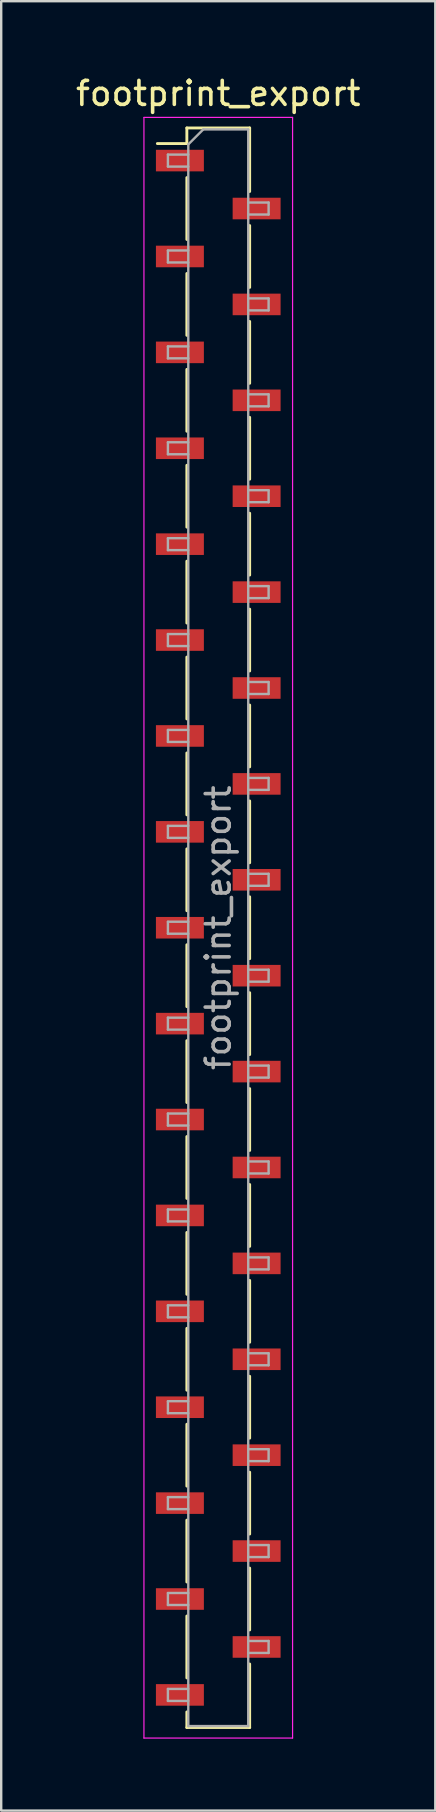
<source format=kicad_pcb>
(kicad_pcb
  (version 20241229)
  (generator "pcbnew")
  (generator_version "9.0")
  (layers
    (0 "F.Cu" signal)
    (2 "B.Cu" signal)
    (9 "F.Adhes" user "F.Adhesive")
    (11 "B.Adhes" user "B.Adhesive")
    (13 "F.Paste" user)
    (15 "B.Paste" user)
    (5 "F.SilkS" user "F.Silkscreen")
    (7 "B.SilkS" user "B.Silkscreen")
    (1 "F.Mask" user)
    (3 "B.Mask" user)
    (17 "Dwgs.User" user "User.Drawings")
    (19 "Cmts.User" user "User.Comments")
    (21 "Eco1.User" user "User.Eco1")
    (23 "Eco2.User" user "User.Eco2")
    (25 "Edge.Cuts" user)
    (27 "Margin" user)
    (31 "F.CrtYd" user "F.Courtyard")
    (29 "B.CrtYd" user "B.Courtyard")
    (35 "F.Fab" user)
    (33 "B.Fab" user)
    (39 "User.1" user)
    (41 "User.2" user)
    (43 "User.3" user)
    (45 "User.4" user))
  (footprint "footprint_export"
    (layer "F.Cu")
    (at 6.054 35.648)
    (property "Reference" "footprint_export" (at 0 -34.8 0) (layer "F.SilkS") (effects (font (size 1 1) (thickness 0.15))))
    (attr smd)
    (fp_line (start -2.54 -32.71) (end -1.31 -32.71) (stroke (width 0.12) (type solid)) (layer "F.SilkS"))
    (fp_line (start -1.31 -33.36) (end -1.31 -32.71) (stroke (width 0.12) (type solid)) (layer "F.SilkS"))
    (fp_line (start -1.31 -33.36) (end 1.31 -33.36) (stroke (width 0.12) (type solid)) (layer "F.SilkS"))
    (fp_line (start -1.31 -31.29) (end -1.31 -28.71) (stroke (width 0.12) (type solid)) (layer "F.SilkS"))
    (fp_line (start -1.31 -27.29) (end -1.31 -24.71) (stroke (width 0.12) (type solid)) (layer "F.SilkS"))
    (fp_line (start -1.31 -23.29) (end -1.31 -20.71) (stroke (width 0.12) (type solid)) (layer "F.SilkS"))
    (fp_line (start -1.31 -19.29) (end -1.31 -16.71) (stroke (width 0.12) (type solid)) (layer "F.SilkS"))
    (fp_line (start -1.31 -15.29) (end -1.31 -12.71) (stroke (width 0.12) (type solid)) (layer "F.SilkS"))
    (fp_line (start -1.31 -11.29) (end -1.31 -8.71) (stroke (width 0.12) (type solid)) (layer "F.SilkS"))
    (fp_line (start -1.31 -7.29) (end -1.31 -4.71) (stroke (width 0.12) (type solid)) (layer "F.SilkS"))
    (fp_line (start -1.31 -3.29) (end -1.31 -0.71) (stroke (width 0.12) (type solid)) (layer "F.SilkS"))
    (fp_line (start -1.31 0.71) (end -1.31 3.29) (stroke (width 0.12) (type solid)) (layer "F.SilkS"))
    (fp_line (start -1.31 4.71) (end -1.31 7.29) (stroke (width 0.12) (type solid)) (layer "F.SilkS"))
    (fp_line (start -1.31 8.71) (end -1.31 11.29) (stroke (width 0.12) (type solid)) (layer "F.SilkS"))
    (fp_line (start -1.31 12.71) (end -1.31 15.29) (stroke (width 0.12) (type solid)) (layer "F.SilkS"))
    (fp_line (start -1.31 16.71) (end -1.31 19.29) (stroke (width 0.12) (type solid)) (layer "F.SilkS"))
    (fp_line (start -1.31 20.71) (end -1.31 23.29) (stroke (width 0.12) (type solid)) (layer "F.SilkS"))
    (fp_line (start -1.31 24.71) (end -1.31 27.29) (stroke (width 0.12) (type solid)) (layer "F.SilkS"))
    (fp_line (start -1.31 28.71) (end -1.31 31.29) (stroke (width 0.12) (type solid)) (layer "F.SilkS"))
    (fp_line (start -1.31 32.71) (end -1.31 33.36) (stroke (width 0.12) (type solid)) (layer "F.SilkS"))
    (fp_line (start -1.31 33.36) (end 1.31 33.36) (stroke (width 0.12) (type solid)) (layer "F.SilkS"))
    (fp_line (start 1.31 -33.36) (end 1.31 -30.71) (stroke (width 0.12) (type solid)) (layer "F.SilkS"))
    (fp_line (start 1.31 -29.29) (end 1.31 -26.71) (stroke (width 0.12) (type solid)) (layer "F.SilkS"))
    (fp_line (start 1.31 -25.29) (end 1.31 -22.71) (stroke (width 0.12) (type solid)) (layer "F.SilkS"))
    (fp_line (start 1.31 -21.29) (end 1.31 -18.71) (stroke (width 0.12) (type solid)) (layer "F.SilkS"))
    (fp_line (start 1.31 -17.29) (end 1.31 -14.71) (stroke (width 0.12) (type solid)) (layer "F.SilkS"))
    (fp_line (start 1.31 -13.29) (end 1.31 -10.71) (stroke (width 0.12) (type solid)) (layer "F.SilkS"))
    (fp_line (start 1.31 -9.29) (end 1.31 -6.71) (stroke (width 0.12) (type solid)) (layer "F.SilkS"))
    (fp_line (start 1.31 -5.29) (end 1.31 -2.71) (stroke (width 0.12) (type solid)) (layer "F.SilkS"))
    (fp_line (start 1.31 -1.29) (end 1.31 1.29) (stroke (width 0.12) (type solid)) (layer "F.SilkS"))
    (fp_line (start 1.31 2.71) (end 1.31 5.29) (stroke (width 0.12) (type solid)) (layer "F.SilkS"))
    (fp_line (start 1.31 6.71) (end 1.31 9.29) (stroke (width 0.12) (type solid)) (layer "F.SilkS"))
    (fp_line (start 1.31 10.71) (end 1.31 13.29) (stroke (width 0.12) (type solid)) (layer "F.SilkS"))
    (fp_line (start 1.31 14.71) (end 1.31 17.29) (stroke (width 0.12) (type solid)) (layer "F.SilkS"))
    (fp_line (start 1.31 18.71) (end 1.31 21.29) (stroke (width 0.12) (type solid)) (layer "F.SilkS"))
    (fp_line (start 1.31 22.71) (end 1.31 25.29) (stroke (width 0.12) (type solid)) (layer "F.SilkS"))
    (fp_line (start 1.31 26.71) (end 1.31 29.29) (stroke (width 0.12) (type solid)) (layer "F.SilkS"))
    (fp_line (start 1.31 30.71) (end 1.31 33.36) (stroke (width 0.12) (type solid)) (layer "F.SilkS"))
    (fp_line (start -3.1 -33.8) (end 3.1 -33.8) (stroke (width 0.05) (type solid)) (layer "F.CrtYd"))
    (fp_line (start -3.1 33.8) (end -3.1 -33.8) (stroke (width 0.05) (type solid)) (layer "F.CrtYd"))
    (fp_line (start 3.1 -33.8) (end 3.1 33.8) (stroke (width 0.05) (type solid)) (layer "F.CrtYd"))
    (fp_line (start 3.1 33.8) (end -3.1 33.8) (stroke (width 0.05) (type solid)) (layer "F.CrtYd"))
    (fp_line (start -2.1 -32.25) (end -1.25 -32.25) (stroke (width 0.1) (type solid)) (layer "F.Fab"))
    (fp_line (start -2.1 -31.75) (end -2.1 -32.25) (stroke (width 0.1) (type solid)) (layer "F.Fab"))
    (fp_line (start -2.1 -28.25) (end -1.25 -28.25) (stroke (width 0.1) (type solid)) (layer "F.Fab"))
    (fp_line (start -2.1 -27.75) (end -2.1 -28.25) (stroke (width 0.1) (type solid)) (layer "F.Fab"))
    (fp_line (start -2.1 -24.25) (end -1.25 -24.25) (stroke (width 0.1) (type solid)) (layer "F.Fab"))
    (fp_line (start -2.1 -23.75) (end -2.1 -24.25) (stroke (width 0.1) (type solid)) (layer "F.Fab"))
    (fp_line (start -2.1 -20.25) (end -1.25 -20.25) (stroke (width 0.1) (type solid)) (layer "F.Fab"))
    (fp_line (start -2.1 -19.75) (end -2.1 -20.25) (stroke (width 0.1) (type solid)) (layer "F.Fab"))
    (fp_line (start -2.1 -16.25) (end -1.25 -16.25) (stroke (width 0.1) (type solid)) (layer "F.Fab"))
    (fp_line (start -2.1 -15.75) (end -2.1 -16.25) (stroke (width 0.1) (type solid)) (layer "F.Fab"))
    (fp_line (start -2.1 -12.25) (end -1.25 -12.25) (stroke (width 0.1) (type solid)) (layer "F.Fab"))
    (fp_line (start -2.1 -11.75) (end -2.1 -12.25) (stroke (width 0.1) (type solid)) (layer "F.Fab"))
    (fp_line (start -2.1 -8.25) (end -1.25 -8.25) (stroke (width 0.1) (type solid)) (layer "F.Fab"))
    (fp_line (start -2.1 -7.75) (end -2.1 -8.25) (stroke (width 0.1) (type solid)) (layer "F.Fab"))
    (fp_line (start -2.1 -4.25) (end -1.25 -4.25) (stroke (width 0.1) (type solid)) (layer "F.Fab"))
    (fp_line (start -2.1 -3.75) (end -2.1 -4.25) (stroke (width 0.1) (type solid)) (layer "F.Fab"))
    (fp_line (start -2.1 -0.25) (end -1.25 -0.25) (stroke (width 0.1) (type solid)) (layer "F.Fab"))
    (fp_line (start -2.1 0.25) (end -2.1 -0.25) (stroke (width 0.1) (type solid)) (layer "F.Fab"))
    (fp_line (start -2.1 3.75) (end -1.25 3.75) (stroke (width 0.1) (type solid)) (layer "F.Fab"))
    (fp_line (start -2.1 4.25) (end -2.1 3.75) (stroke (width 0.1) (type solid)) (layer "F.Fab"))
    (fp_line (start -2.1 7.75) (end -1.25 7.75) (stroke (width 0.1) (type solid)) (layer "F.Fab"))
    (fp_line (start -2.1 8.25) (end -2.1 7.75) (stroke (width 0.1) (type solid)) (layer "F.Fab"))
    (fp_line (start -2.1 11.75) (end -1.25 11.75) (stroke (width 0.1) (type solid)) (layer "F.Fab"))
    (fp_line (start -2.1 12.25) (end -2.1 11.75) (stroke (width 0.1) (type solid)) (layer "F.Fab"))
    (fp_line (start -2.1 15.75) (end -1.25 15.75) (stroke (width 0.1) (type solid)) (layer "F.Fab"))
    (fp_line (start -2.1 16.25) (end -2.1 15.75) (stroke (width 0.1) (type solid)) (layer "F.Fab"))
    (fp_line (start -2.1 19.75) (end -1.25 19.75) (stroke (width 0.1) (type solid)) (layer "F.Fab"))
    (fp_line (start -2.1 20.25) (end -2.1 19.75) (stroke (width 0.1) (type solid)) (layer "F.Fab"))
    (fp_line (start -2.1 23.75) (end -1.25 23.75) (stroke (width 0.1) (type solid)) (layer "F.Fab"))
    (fp_line (start -2.1 24.25) (end -2.1 23.75) (stroke (width 0.1) (type solid)) (layer "F.Fab"))
    (fp_line (start -2.1 27.75) (end -1.25 27.75) (stroke (width 0.1) (type solid)) (layer "F.Fab"))
    (fp_line (start -2.1 28.25) (end -2.1 27.75) (stroke (width 0.1) (type solid)) (layer "F.Fab"))
    (fp_line (start -2.1 31.75) (end -1.25 31.75) (stroke (width 0.1) (type solid)) (layer "F.Fab"))
    (fp_line (start -2.1 32.25) (end -2.1 31.75) (stroke (width 0.1) (type solid)) (layer "F.Fab"))
    (fp_line (start -1.25 -32.675) (end -0.625 -33.3) (stroke (width 0.1) (type solid)) (layer "F.Fab"))
    (fp_line (start -1.25 -31.75) (end -2.1 -31.75) (stroke (width 0.1) (type solid)) (layer "F.Fab"))
    (fp_line (start -1.25 -27.75) (end -2.1 -27.75) (stroke (width 0.1) (type solid)) (layer "F.Fab"))
    (fp_line (start -1.25 -23.75) (end -2.1 -23.75) (stroke (width 0.1) (type solid)) (layer "F.Fab"))
    (fp_line (start -1.25 -19.75) (end -2.1 -19.75) (stroke (width 0.1) (type solid)) (layer "F.Fab"))
    (fp_line (start -1.25 -15.75) (end -2.1 -15.75) (stroke (width 0.1) (type solid)) (layer "F.Fab"))
    (fp_line (start -1.25 -11.75) (end -2.1 -11.75) (stroke (width 0.1) (type solid)) (layer "F.Fab"))
    (fp_line (start -1.25 -7.75) (end -2.1 -7.75) (stroke (width 0.1) (type solid)) (layer "F.Fab"))
    (fp_line (start -1.25 -3.75) (end -2.1 -3.75) (stroke (width 0.1) (type solid)) (layer "F.Fab"))
    (fp_line (start -1.25 0.25) (end -2.1 0.25) (stroke (width 0.1) (type solid)) (layer "F.Fab"))
    (fp_line (start -1.25 4.25) (end -2.1 4.25) (stroke (width 0.1) (type solid)) (layer "F.Fab"))
    (fp_line (start -1.25 8.25) (end -2.1 8.25) (stroke (width 0.1) (type solid)) (layer "F.Fab"))
    (fp_line (start -1.25 12.25) (end -2.1 12.25) (stroke (width 0.1) (type solid)) (layer "F.Fab"))
    (fp_line (start -1.25 16.25) (end -2.1 16.25) (stroke (width 0.1) (type solid)) (layer "F.Fab"))
    (fp_line (start -1.25 20.25) (end -2.1 20.25) (stroke (width 0.1) (type solid)) (layer "F.Fab"))
    (fp_line (start -1.25 24.25) (end -2.1 24.25) (stroke (width 0.1) (type solid)) (layer "F.Fab"))
    (fp_line (start -1.25 28.25) (end -2.1 28.25) (stroke (width 0.1) (type solid)) (layer "F.Fab"))
    (fp_line (start -1.25 32.25) (end -2.1 32.25) (stroke (width 0.1) (type solid)) (layer "F.Fab"))
    (fp_line (start -1.25 33.3) (end -1.25 -32.675) (stroke (width 0.1) (type solid)) (layer "F.Fab"))
    (fp_line (start -0.625 -33.3) (end 1.25 -33.3) (stroke (width 0.1) (type solid)) (layer "F.Fab"))
    (fp_line (start 1.25 -33.3) (end 1.25 33.3) (stroke (width 0.1) (type solid)) (layer "F.Fab"))
    (fp_line (start 1.25 -30.25) (end 2.1 -30.25) (stroke (width 0.1) (type solid)) (layer "F.Fab"))
    (fp_line (start 1.25 -26.25) (end 2.1 -26.25) (stroke (width 0.1) (type solid)) (layer "F.Fab"))
    (fp_line (start 1.25 -22.25) (end 2.1 -22.25) (stroke (width 0.1) (type solid)) (layer "F.Fab"))
    (fp_line (start 1.25 -18.25) (end 2.1 -18.25) (stroke (width 0.1) (type solid)) (layer "F.Fab"))
    (fp_line (start 1.25 -14.25) (end 2.1 -14.25) (stroke (width 0.1) (type solid)) (layer "F.Fab"))
    (fp_line (start 1.25 -10.25) (end 2.1 -10.25) (stroke (width 0.1) (type solid)) (layer "F.Fab"))
    (fp_line (start 1.25 -6.25) (end 2.1 -6.25) (stroke (width 0.1) (type solid)) (layer "F.Fab"))
    (fp_line (start 1.25 -2.25) (end 2.1 -2.25) (stroke (width 0.1) (type solid)) (layer "F.Fab"))
    (fp_line (start 1.25 1.75) (end 2.1 1.75) (stroke (width 0.1) (type solid)) (layer "F.Fab"))
    (fp_line (start 1.25 5.75) (end 2.1 5.75) (stroke (width 0.1) (type solid)) (layer "F.Fab"))
    (fp_line (start 1.25 9.75) (end 2.1 9.75) (stroke (width 0.1) (type solid)) (layer "F.Fab"))
    (fp_line (start 1.25 13.75) (end 2.1 13.75) (stroke (width 0.1) (type solid)) (layer "F.Fab"))
    (fp_line (start 1.25 17.75) (end 2.1 17.75) (stroke (width 0.1) (type solid)) (layer "F.Fab"))
    (fp_line (start 1.25 21.75) (end 2.1 21.75) (stroke (width 0.1) (type solid)) (layer "F.Fab"))
    (fp_line (start 1.25 25.75) (end 2.1 25.75) (stroke (width 0.1) (type solid)) (layer "F.Fab"))
    (fp_line (start 1.25 29.75) (end 2.1 29.75) (stroke (width 0.1) (type solid)) (layer "F.Fab"))
    (fp_line (start 1.25 33.3) (end -1.25 33.3) (stroke (width 0.1) (type solid)) (layer "F.Fab"))
    (fp_line (start 2.1 -30.25) (end 2.1 -29.75) (stroke (width 0.1) (type solid)) (layer "F.Fab"))
    (fp_line (start 2.1 -29.75) (end 1.25 -29.75) (stroke (width 0.1) (type solid)) (layer "F.Fab"))
    (fp_line (start 2.1 -26.25) (end 2.1 -25.75) (stroke (width 0.1) (type solid)) (layer "F.Fab"))
    (fp_line (start 2.1 -25.75) (end 1.25 -25.75) (stroke (width 0.1) (type solid)) (layer "F.Fab"))
    (fp_line (start 2.1 -22.25) (end 2.1 -21.75) (stroke (width 0.1) (type solid)) (layer "F.Fab"))
    (fp_line (start 2.1 -21.75) (end 1.25 -21.75) (stroke (width 0.1) (type solid)) (layer "F.Fab"))
    (fp_line (start 2.1 -18.25) (end 2.1 -17.75) (stroke (width 0.1) (type solid)) (layer "F.Fab"))
    (fp_line (start 2.1 -17.75) (end 1.25 -17.75) (stroke (width 0.1) (type solid)) (layer "F.Fab"))
    (fp_line (start 2.1 -14.25) (end 2.1 -13.75) (stroke (width 0.1) (type solid)) (layer "F.Fab"))
    (fp_line (start 2.1 -13.75) (end 1.25 -13.75) (stroke (width 0.1) (type solid)) (layer "F.Fab"))
    (fp_line (start 2.1 -10.25) (end 2.1 -9.75) (stroke (width 0.1) (type solid)) (layer "F.Fab"))
    (fp_line (start 2.1 -9.75) (end 1.25 -9.75) (stroke (width 0.1) (type solid)) (layer "F.Fab"))
    (fp_line (start 2.1 -6.25) (end 2.1 -5.75) (stroke (width 0.1) (type solid)) (layer "F.Fab"))
    (fp_line (start 2.1 -5.75) (end 1.25 -5.75) (stroke (width 0.1) (type solid)) (layer "F.Fab"))
    (fp_line (start 2.1 -2.25) (end 2.1 -1.75) (stroke (width 0.1) (type solid)) (layer "F.Fab"))
    (fp_line (start 2.1 -1.75) (end 1.25 -1.75) (stroke (width 0.1) (type solid)) (layer "F.Fab"))
    (fp_line (start 2.1 1.75) (end 2.1 2.25) (stroke (width 0.1) (type solid)) (layer "F.Fab"))
    (fp_line (start 2.1 2.25) (end 1.25 2.25) (stroke (width 0.1) (type solid)) (layer "F.Fab"))
    (fp_line (start 2.1 5.75) (end 2.1 6.25) (stroke (width 0.1) (type solid)) (layer "F.Fab"))
    (fp_line (start 2.1 6.25) (end 1.25 6.25) (stroke (width 0.1) (type solid)) (layer "F.Fab"))
    (fp_line (start 2.1 9.75) (end 2.1 10.25) (stroke (width 0.1) (type solid)) (layer "F.Fab"))
    (fp_line (start 2.1 10.25) (end 1.25 10.25) (stroke (width 0.1) (type solid)) (layer "F.Fab"))
    (fp_line (start 2.1 13.75) (end 2.1 14.25) (stroke (width 0.1) (type solid)) (layer "F.Fab"))
    (fp_line (start 2.1 14.25) (end 1.25 14.25) (stroke (width 0.1) (type solid)) (layer "F.Fab"))
    (fp_line (start 2.1 17.75) (end 2.1 18.25) (stroke (width 0.1) (type solid)) (layer "F.Fab"))
    (fp_line (start 2.1 18.25) (end 1.25 18.25) (stroke (width 0.1) (type solid)) (layer "F.Fab"))
    (fp_line (start 2.1 21.75) (end 2.1 22.25) (stroke (width 0.1) (type solid)) (layer "F.Fab"))
    (fp_line (start 2.1 22.25) (end 1.25 22.25) (stroke (width 0.1) (type solid)) (layer "F.Fab"))
    (fp_line (start 2.1 25.75) (end 2.1 26.25) (stroke (width 0.1) (type solid)) (layer "F.Fab"))
    (fp_line (start 2.1 26.25) (end 1.25 26.25) (stroke (width 0.1) (type solid)) (layer "F.Fab"))
    (fp_line (start 2.1 29.75) (end 2.1 30.25) (stroke (width 0.1) (type solid)) (layer "F.Fab"))
    (fp_line (start 2.1 30.25) (end 1.25 30.25) (stroke (width 0.1) (type solid)) (layer "F.Fab"))
    (fp_text user "${REFERENCE}" (at 0 0 90) (layer "F.Fab") (effects (font (size 1 1) (thickness 0.15))))
    (pad "1" smd rect (at -1.6 -32) (size 2 0.9) (layers "F.Cu" "F.Mask" "F.Paste"))
    (pad "2" smd rect (at 1.6 -30) (size 2 0.9) (layers "F.Cu" "F.Mask" "F.Paste"))
    (pad "3" smd rect (at -1.6 -28) (size 2 0.9) (layers "F.Cu" "F.Mask" "F.Paste"))
    (pad "4" smd rect (at 1.6 -26) (size 2 0.9) (layers "F.Cu" "F.Mask" "F.Paste"))
    (pad "5" smd rect (at -1.6 -24) (size 2 0.9) (layers "F.Cu" "F.Mask" "F.Paste"))
    (pad "6" smd rect (at 1.6 -22) (size 2 0.9) (layers "F.Cu" "F.Mask" "F.Paste"))
    (pad "7" smd rect (at -1.6 -20) (size 2 0.9) (layers "F.Cu" "F.Mask" "F.Paste"))
    (pad "8" smd rect (at 1.6 -18) (size 2 0.9) (layers "F.Cu" "F.Mask" "F.Paste"))
    (pad "9" smd rect (at -1.6 -16) (size 2 0.9) (layers "F.Cu" "F.Mask" "F.Paste"))
    (pad "10" smd rect (at 1.6 -14) (size 2 0.9) (layers "F.Cu" "F.Mask" "F.Paste"))
    (pad "11" smd rect (at -1.6 -12) (size 2 0.9) (layers "F.Cu" "F.Mask" "F.Paste"))
    (pad "12" smd rect (at 1.6 -10) (size 2 0.9) (layers "F.Cu" "F.Mask" "F.Paste"))
    (pad "13" smd rect (at -1.6 -8) (size 2 0.9) (layers "F.Cu" "F.Mask" "F.Paste"))
    (pad "14" smd rect (at 1.6 -6) (size 2 0.9) (layers "F.Cu" "F.Mask" "F.Paste"))
    (pad "15" smd rect (at -1.6 -4) (size 2 0.9) (layers "F.Cu" "F.Mask" "F.Paste"))
    (pad "16" smd rect (at 1.6 -2) (size 2 0.9) (layers "F.Cu" "F.Mask" "F.Paste"))
    (pad "17" smd rect (at -1.6 0) (size 2 0.9) (layers "F.Cu" "F.Mask" "F.Paste"))
    (pad "18" smd rect (at 1.6 2) (size 2 0.9) (layers "F.Cu" "F.Mask" "F.Paste"))
    (pad "19" smd rect (at -1.6 4) (size 2 0.9) (layers "F.Cu" "F.Mask" "F.Paste"))
    (pad "20" smd rect (at 1.6 6) (size 2 0.9) (layers "F.Cu" "F.Mask" "F.Paste"))
    (pad "21" smd rect (at -1.6 8) (size 2 0.9) (layers "F.Cu" "F.Mask" "F.Paste"))
    (pad "22" smd rect (at 1.6 10) (size 2 0.9) (layers "F.Cu" "F.Mask" "F.Paste"))
    (pad "23" smd rect (at -1.6 12) (size 2 0.9) (layers "F.Cu" "F.Mask" "F.Paste"))
    (pad "24" smd rect (at 1.6 14) (size 2 0.9) (layers "F.Cu" "F.Mask" "F.Paste"))
    (pad "25" smd rect (at -1.6 16) (size 2 0.9) (layers "F.Cu" "F.Mask" "F.Paste"))
    (pad "26" smd rect (at 1.6 18) (size 2 0.9) (layers "F.Cu" "F.Mask" "F.Paste"))
    (pad "27" smd rect (at -1.6 20) (size 2 0.9) (layers "F.Cu" "F.Mask" "F.Paste"))
    (pad "28" smd rect (at 1.6 22) (size 2 0.9) (layers "F.Cu" "F.Mask" "F.Paste"))
    (pad "29" smd rect (at -1.6 24) (size 2 0.9) (layers "F.Cu" "F.Mask" "F.Paste"))
    (pad "30" smd rect (at 1.6 26) (size 2 0.9) (layers "F.Cu" "F.Mask" "F.Paste"))
    (pad "31" smd rect (at -1.6 28) (size 2 0.9) (layers "F.Cu" "F.Mask" "F.Paste"))
    (pad "32" smd rect (at 1.6 30) (size 2 0.9) (layers "F.Cu" "F.Mask" "F.Paste"))
    (pad "33" smd rect (at -1.6 32) (size 2 0.9) (layers "F.Cu" "F.Mask" "F.Paste")))
  (gr_rect
    (start -3 -3)
    (end 15.107 72.473)
    (stroke (width 0.1) (type default))
    (fill no)
    (layer "Edge.Cuts")))
</source>
